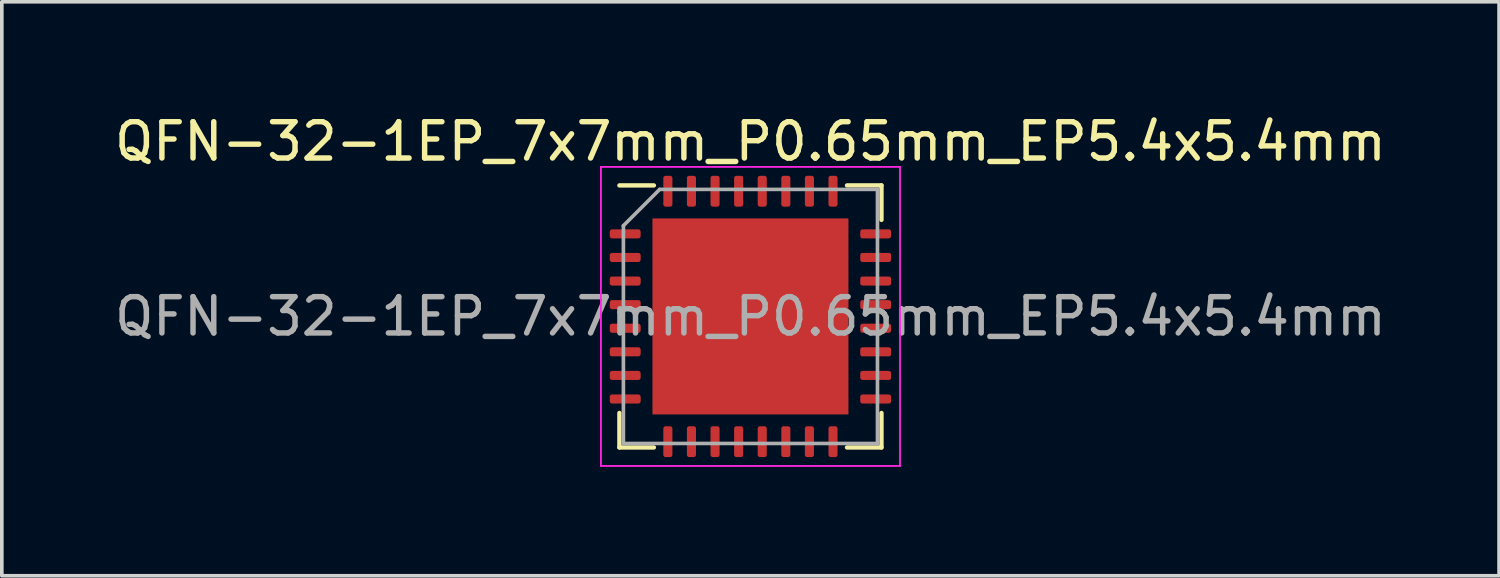
<source format=kicad_pcb>
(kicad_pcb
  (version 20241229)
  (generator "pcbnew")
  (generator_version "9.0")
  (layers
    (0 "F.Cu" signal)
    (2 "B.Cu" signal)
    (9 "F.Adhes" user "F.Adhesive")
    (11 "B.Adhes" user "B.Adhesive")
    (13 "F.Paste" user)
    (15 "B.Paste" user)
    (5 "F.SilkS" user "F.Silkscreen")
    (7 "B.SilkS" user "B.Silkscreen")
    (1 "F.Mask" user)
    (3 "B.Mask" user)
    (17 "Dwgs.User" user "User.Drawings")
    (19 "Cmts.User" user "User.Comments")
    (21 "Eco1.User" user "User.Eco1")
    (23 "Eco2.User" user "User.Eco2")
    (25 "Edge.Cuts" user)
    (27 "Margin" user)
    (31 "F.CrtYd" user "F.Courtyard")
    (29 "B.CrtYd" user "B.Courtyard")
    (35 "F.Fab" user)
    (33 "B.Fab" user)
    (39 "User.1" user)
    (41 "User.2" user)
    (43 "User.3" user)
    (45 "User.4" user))
  (footprint "QFN-32-1EP_7x7mm_P0.65mm_EP5.4x5.4mm"
    (layer "F.Cu")
    (at 17.625 5.668)
    (property "Reference" "QFN-32-1EP_7x7mm_P0.65mm_EP5.4x5.4mm" (at 0 -4.82 0) (layer "F.SilkS") (effects (font (size 1 1) (thickness 0.15))))
    (attr smd)
    (fp_line (start -3.61 3.61) (end -3.61 2.66) (stroke (width 0.12) (type solid)) (layer "F.SilkS"))
    (fp_line (start -2.66 -3.61) (end -3.61 -3.61) (stroke (width 0.12) (type solid)) (layer "F.SilkS"))
    (fp_line (start -2.66 3.61) (end -3.61 3.61) (stroke (width 0.12) (type solid)) (layer "F.SilkS"))
    (fp_line (start 2.66 -3.61) (end 3.61 -3.61) (stroke (width 0.12) (type solid)) (layer "F.SilkS"))
    (fp_line (start 2.66 3.61) (end 3.61 3.61) (stroke (width 0.12) (type solid)) (layer "F.SilkS"))
    (fp_line (start 3.61 -3.61) (end 3.61 -2.66) (stroke (width 0.12) (type solid)) (layer "F.SilkS"))
    (fp_line (start 3.61 3.61) (end 3.61 2.66) (stroke (width 0.12) (type solid)) (layer "F.SilkS"))
    (fp_line (start -4.12 -4.12) (end -4.12 4.12) (stroke (width 0.05) (type solid)) (layer "F.CrtYd"))
    (fp_line (start -4.12 4.12) (end 4.12 4.12) (stroke (width 0.05) (type solid)) (layer "F.CrtYd"))
    (fp_line (start 4.12 -4.12) (end -4.12 -4.12) (stroke (width 0.05) (type solid)) (layer "F.CrtYd"))
    (fp_line (start 4.12 4.12) (end 4.12 -4.12) (stroke (width 0.05) (type solid)) (layer "F.CrtYd"))
    (fp_line (start -3.5 -2.5) (end -2.5 -3.5) (stroke (width 0.1) (type solid)) (layer "F.Fab"))
    (fp_line (start -3.5 3.5) (end -3.5 -2.5) (stroke (width 0.1) (type solid)) (layer "F.Fab"))
    (fp_line (start -2.5 -3.5) (end 3.5 -3.5) (stroke (width 0.1) (type solid)) (layer "F.Fab"))
    (fp_line (start 3.5 -3.5) (end 3.5 3.5) (stroke (width 0.1) (type solid)) (layer "F.Fab"))
    (fp_line (start 3.5 3.5) (end -3.5 3.5) (stroke (width 0.1) (type solid)) (layer "F.Fab"))
    (fp_text user "${REFERENCE}" (at 0 0 0) (layer "F.Fab") (effects (font (size 1 1) (thickness 0.15))))
    (pad "" smd roundrect (at -2.025 -2.025) (size 1.09 1.09) (layers "F.Paste") (roundrect_rratio 0.229))
    (pad "" smd roundrect (at -2.025 -0.675) (size 1.09 1.09) (layers "F.Paste") (roundrect_rratio 0.229))
    (pad "" smd roundrect (at -2.025 0.675) (size 1.09 1.09) (layers "F.Paste") (roundrect_rratio 0.229))
    (pad "" smd roundrect (at -2.025 2.025) (size 1.09 1.09) (layers "F.Paste") (roundrect_rratio 0.229))
    (pad "" smd roundrect (at -0.675 -2.025) (size 1.09 1.09) (layers "F.Paste") (roundrect_rratio 0.229))
    (pad "" smd roundrect (at -0.675 -0.675) (size 1.09 1.09) (layers "F.Paste") (roundrect_rratio 0.229))
    (pad "" smd roundrect (at -0.675 0.675) (size 1.09 1.09) (layers "F.Paste") (roundrect_rratio 0.229))
    (pad "" smd roundrect (at -0.675 2.025) (size 1.09 1.09) (layers "F.Paste") (roundrect_rratio 0.229))
    (pad "" smd roundrect (at 0.675 -2.025) (size 1.09 1.09) (layers "F.Paste") (roundrect_rratio 0.229))
    (pad "" smd roundrect (at 0.675 -0.675) (size 1.09 1.09) (layers "F.Paste") (roundrect_rratio 0.229))
    (pad "" smd roundrect (at 0.675 0.675) (size 1.09 1.09) (layers "F.Paste") (roundrect_rratio 0.229))
    (pad "" smd roundrect (at 0.675 2.025) (size 1.09 1.09) (layers "F.Paste") (roundrect_rratio 0.229))
    (pad "" smd roundrect (at 2.025 -2.025) (size 1.09 1.09) (layers "F.Paste") (roundrect_rratio 0.229))
    (pad "" smd roundrect (at 2.025 -0.675) (size 1.09 1.09) (layers "F.Paste") (roundrect_rratio 0.229))
    (pad "" smd roundrect (at 2.025 0.675) (size 1.09 1.09) (layers "F.Paste") (roundrect_rratio 0.229))
    (pad "" smd roundrect (at 2.025 2.025) (size 1.09 1.09) (layers "F.Paste") (roundrect_rratio 0.229))
    (pad "1" smd roundrect (at -3.45 -2.275) (size 0.85 0.25) (layers "F.Cu" "F.Mask" "F.Paste") (roundrect_rratio 0.25))
    (pad "2" smd roundrect (at -3.45 -1.625) (size 0.85 0.25) (layers "F.Cu" "F.Mask" "F.Paste") (roundrect_rratio 0.25))
    (pad "3" smd roundrect (at -3.45 -0.975) (size 0.85 0.25) (layers "F.Cu" "F.Mask" "F.Paste") (roundrect_rratio 0.25))
    (pad "4" smd roundrect (at -3.45 -0.325) (size 0.85 0.25) (layers "F.Cu" "F.Mask" "F.Paste") (roundrect_rratio 0.25))
    (pad "5" smd roundrect (at -3.45 0.325) (size 0.85 0.25) (layers "F.Cu" "F.Mask" "F.Paste") (roundrect_rratio 0.25))
    (pad "6" smd roundrect (at -3.45 0.975) (size 0.85 0.25) (layers "F.Cu" "F.Mask" "F.Paste") (roundrect_rratio 0.25))
    (pad "7" smd roundrect (at -3.45 1.625) (size 0.85 0.25) (layers "F.Cu" "F.Mask" "F.Paste") (roundrect_rratio 0.25))
    (pad "8" smd roundrect (at -3.45 2.275) (size 0.85 0.25) (layers "F.Cu" "F.Mask" "F.Paste") (roundrect_rratio 0.25))
    (pad "9" smd roundrect (at -2.275 3.45) (size 0.25 0.85) (layers "F.Cu" "F.Mask" "F.Paste") (roundrect_rratio 0.25))
    (pad "10" smd roundrect (at -1.625 3.45) (size 0.25 0.85) (layers "F.Cu" "F.Mask" "F.Paste") (roundrect_rratio 0.25))
    (pad "11" smd roundrect (at -0.975 3.45) (size 0.25 0.85) (layers "F.Cu" "F.Mask" "F.Paste") (roundrect_rratio 0.25))
    (pad "12" smd roundrect (at -0.325 3.45) (size 0.25 0.85) (layers "F.Cu" "F.Mask" "F.Paste") (roundrect_rratio 0.25))
    (pad "13" smd roundrect (at 0.325 3.45) (size 0.25 0.85) (layers "F.Cu" "F.Mask" "F.Paste") (roundrect_rratio 0.25))
    (pad "14" smd roundrect (at 0.975 3.45) (size 0.25 0.85) (layers "F.Cu" "F.Mask" "F.Paste") (roundrect_rratio 0.25))
    (pad "15" smd roundrect (at 1.625 3.45) (size 0.25 0.85) (layers "F.Cu" "F.Mask" "F.Paste") (roundrect_rratio 0.25))
    (pad "16" smd roundrect (at 2.275 3.45) (size 0.25 0.85) (layers "F.Cu" "F.Mask" "F.Paste") (roundrect_rratio 0.25))
    (pad "17" smd roundrect (at 3.45 2.275) (size 0.85 0.25) (layers "F.Cu" "F.Mask" "F.Paste") (roundrect_rratio 0.25))
    (pad "18" smd roundrect (at 3.45 1.625) (size 0.85 0.25) (layers "F.Cu" "F.Mask" "F.Paste") (roundrect_rratio 0.25))
    (pad "19" smd roundrect (at 3.45 0.975) (size 0.85 0.25) (layers "F.Cu" "F.Mask" "F.Paste") (roundrect_rratio 0.25))
    (pad "20" smd roundrect (at 3.45 0.325) (size 0.85 0.25) (layers "F.Cu" "F.Mask" "F.Paste") (roundrect_rratio 0.25))
    (pad "21" smd roundrect (at 3.45 -0.325) (size 0.85 0.25) (layers "F.Cu" "F.Mask" "F.Paste") (roundrect_rratio 0.25))
    (pad "22" smd roundrect (at 3.45 -0.975) (size 0.85 0.25) (layers "F.Cu" "F.Mask" "F.Paste") (roundrect_rratio 0.25))
    (pad "23" smd roundrect (at 3.45 -1.625) (size 0.85 0.25) (layers "F.Cu" "F.Mask" "F.Paste") (roundrect_rratio 0.25))
    (pad "24" smd roundrect (at 3.45 -2.275) (size 0.85 0.25) (layers "F.Cu" "F.Mask" "F.Paste") (roundrect_rratio 0.25))
    (pad "25" smd roundrect (at 2.275 -3.45) (size 0.25 0.85) (layers "F.Cu" "F.Mask" "F.Paste") (roundrect_rratio 0.25))
    (pad "26" smd roundrect (at 1.625 -3.45) (size 0.25 0.85) (layers "F.Cu" "F.Mask" "F.Paste") (roundrect_rratio 0.25))
    (pad "27" smd roundrect (at 0.975 -3.45) (size 0.25 0.85) (layers "F.Cu" "F.Mask" "F.Paste") (roundrect_rratio 0.25))
    (pad "28" smd roundrect (at 0.325 -3.45) (size 0.25 0.85) (layers "F.Cu" "F.Mask" "F.Paste") (roundrect_rratio 0.25))
    (pad "29" smd roundrect (at -0.325 -3.45) (size 0.25 0.85) (layers "F.Cu" "F.Mask" "F.Paste") (roundrect_rratio 0.25))
    (pad "30" smd roundrect (at -0.975 -3.45) (size 0.25 0.85) (layers "F.Cu" "F.Mask" "F.Paste") (roundrect_rratio 0.25))
    (pad "31" smd roundrect (at -1.625 -3.45) (size 0.25 0.85) (layers "F.Cu" "F.Mask" "F.Paste") (roundrect_rratio 0.25))
    (pad "32" smd roundrect (at -2.275 -3.45) (size 0.25 0.85) (layers "F.Cu" "F.Mask" "F.Paste") (roundrect_rratio 0.25))
    (pad "33" smd rect (at 0 0) (size 5.4 5.4) (layers "F.Cu" "F.Mask")))
  (gr_rect
    (start -3 -3)
    (end 38.25 12.813)
    (stroke (width 0.1) (type default))
    (fill no)
    (layer "Edge.Cuts")))
</source>
